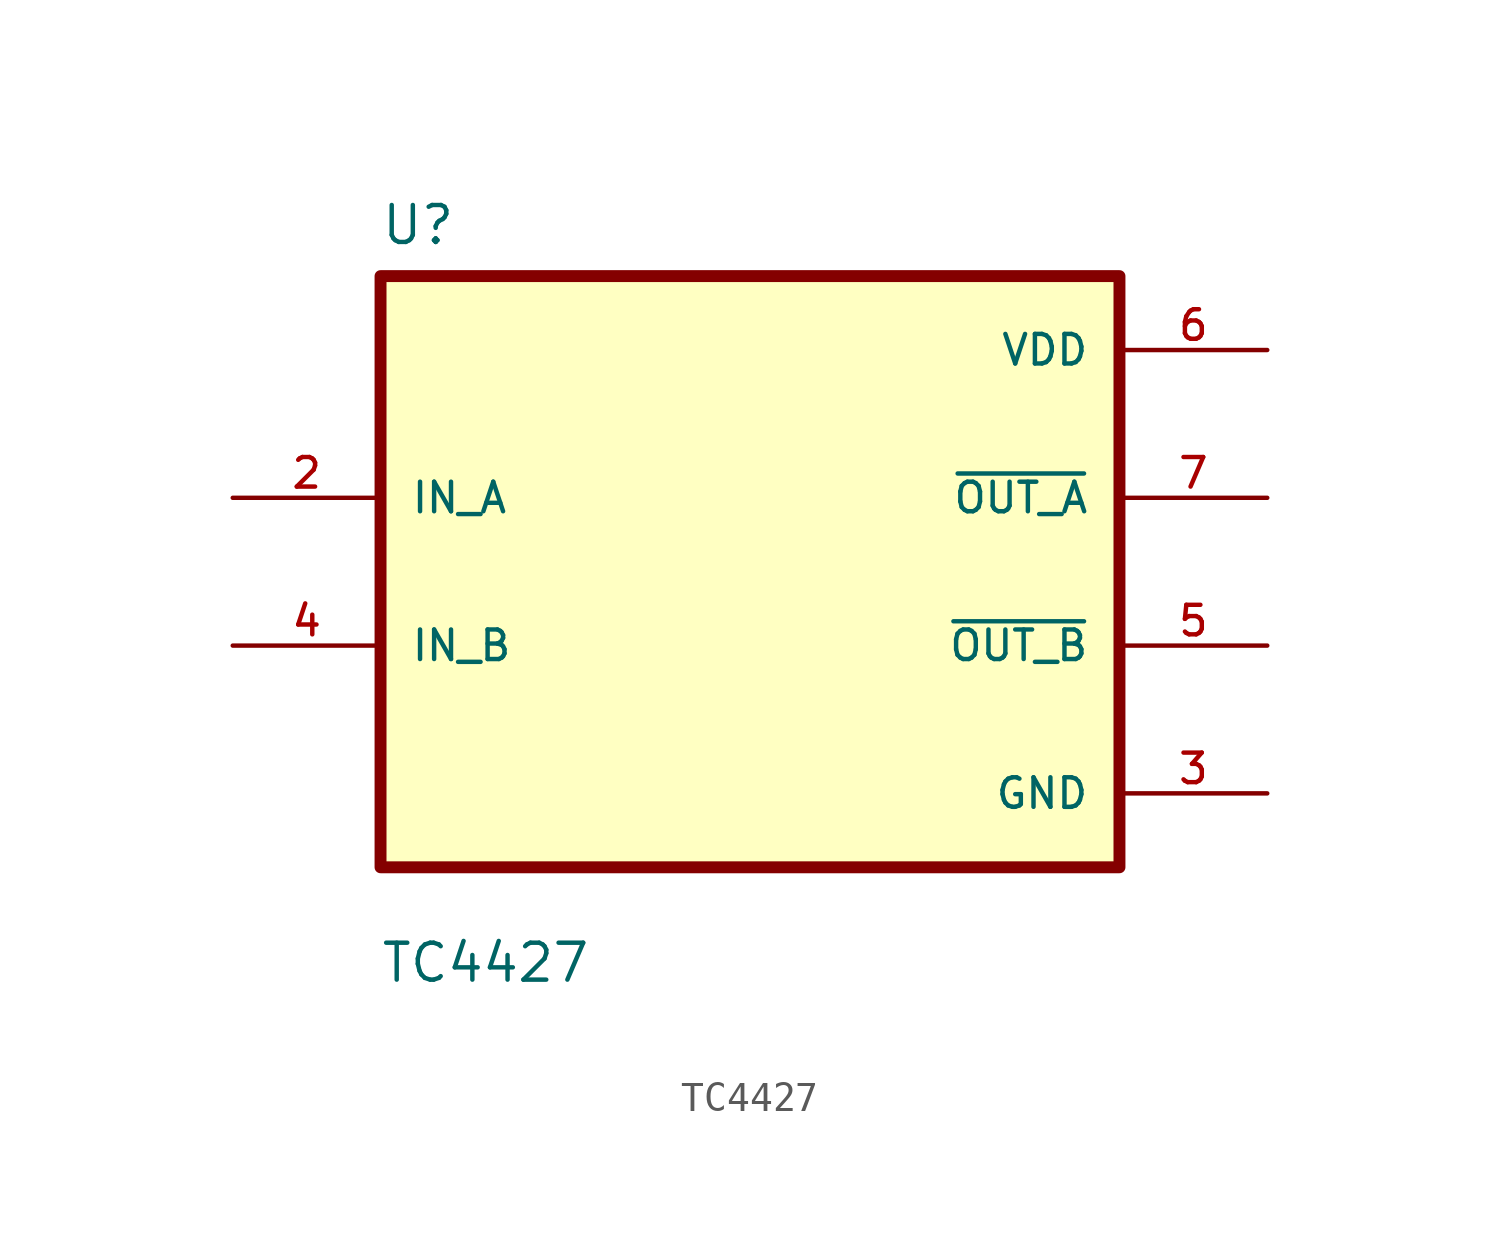
<source format=kicad_sym>
(kicad_symbol_lib
  (version 20231120)
  (generator "kicad_symbol_editor")
  (generator_version "8.0")
  (symbol "TC4427"
    (pin_names
      (offset 1.016))
    (property "Reference" "U"
      (at -12.718 11.172 0)
      (effects (font (size 1.27 1.27)) (justify left bottom)))
    (property "Value" "TC4427"
      (at -12.728 -14.186 0)
      (effects (font (size 1.27 1.27)) (justify left bottom)))
    (symbol "TC4427_0_0"
      (rectangle (start -12.7 -10.16) (end 12.7 10.16) (stroke (width 0.41) (type default)) (fill (type background)))
      (pin input line (at -17.78 2.54 0) (length 5.08) (name "IN_A" (effects (font (size 1.016 1.016)))) (number "2" (effects (font (size 1.016 1.016)))))
      (pin power_in line (at 17.78 -7.62 180) (length 5.08) (name "GND" (effects (font (size 1.016 1.016)))) (number "3" (effects (font (size 1.016 1.016)))))
      (pin input line (at -17.78 -2.54 0) (length 5.08) (name "IN_B" (effects (font (size 1.016 1.016)))) (number "4" (effects (font (size 1.016 1.016)))))
      (pin output line (at 17.78 -2.54 180) (length 5.08) (name "~{OUT_B}" (effects (font (size 1.016 1.016)))) (number "5" (effects (font (size 1.016 1.016)))))
      (pin power_in line (at 17.78 7.62 180) (length 5.08) (name "VDD" (effects (font (size 1.016 1.016)))) (number "6" (effects (font (size 1.016 1.016)))))
      (pin output line (at 17.78 2.54 180) (length 5.08) (name "~{OUT_A}" (effects (font (size 1.016 1.016)))) (number "7" (effects (font (size 1.016 1.016))))))))
</source>
